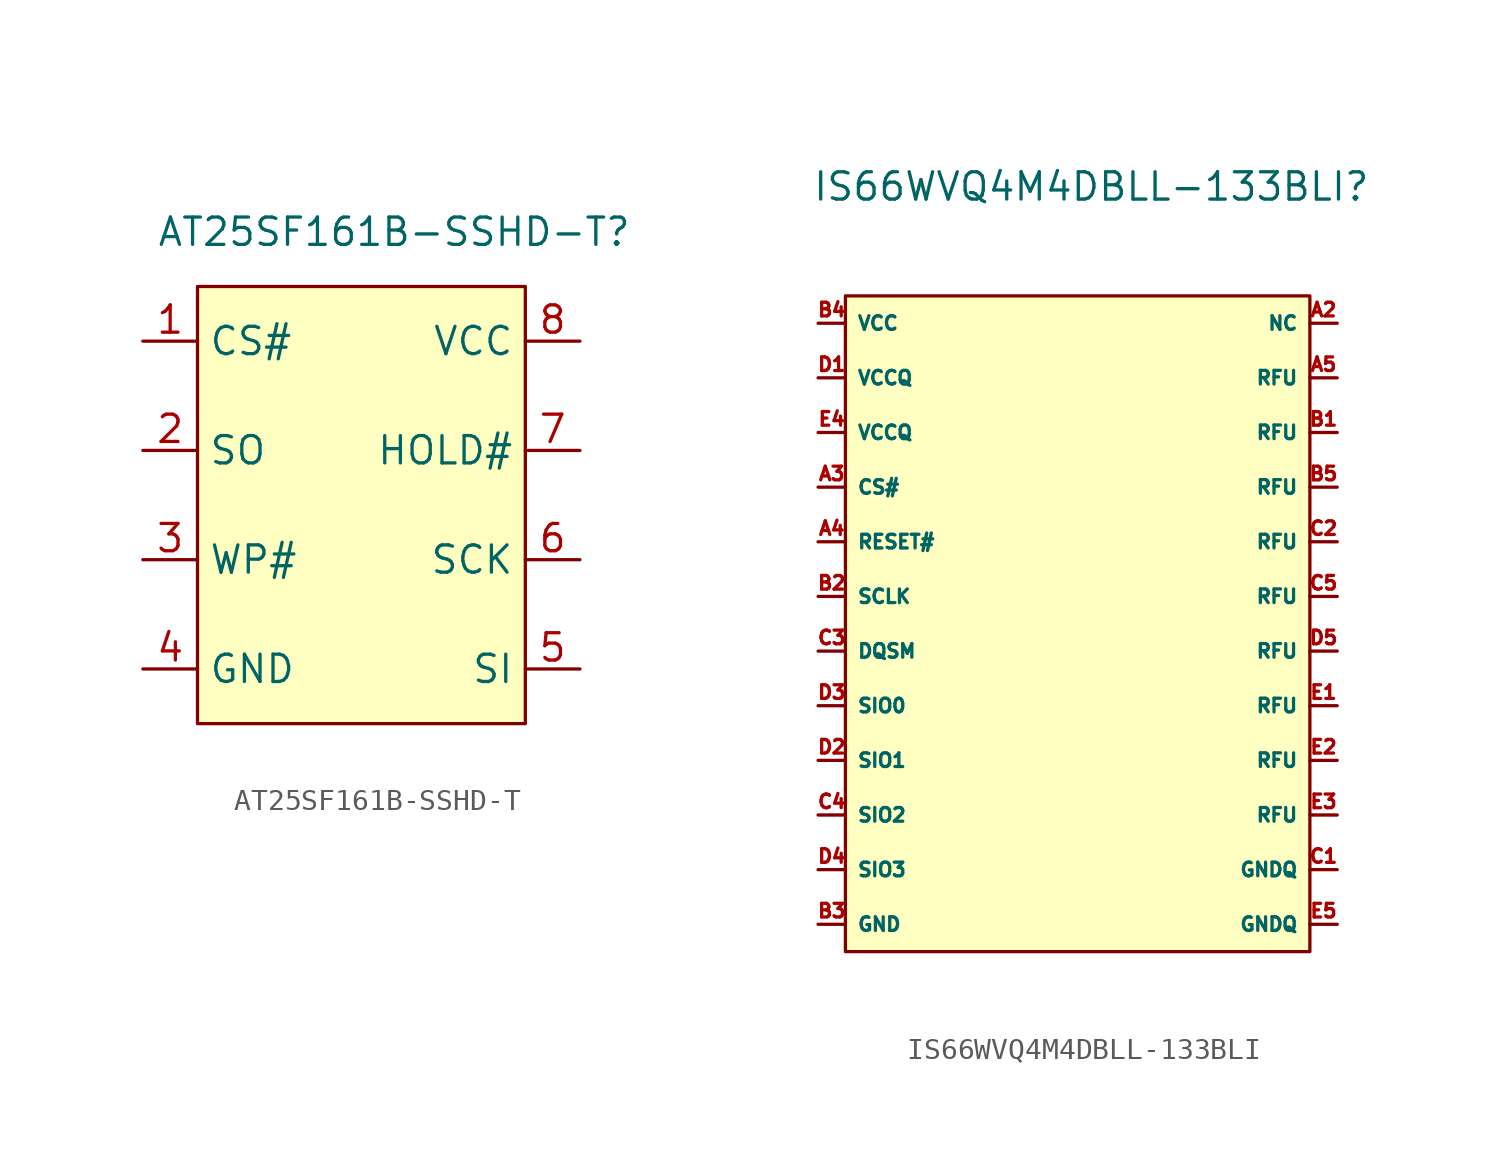
<source format=kicad_sym>
(kicad_symbol_lib
  (version 20241209)
  (generator "kicad_symbol_editor")
  (generator_version "9.0")
  (symbol "AT25SF161B-SSHD-T"
    (property "Reference" "AT25SF161B-SSHD-T"
      (at 0.254 -3.81 0)
      (effects (font (size 1.27 1.27))))
    (property "Value" ""
      (at 0 0 0)
      (effects (font (size 1.27 1.27))))
    (symbol "AT25SF161B-SSHD-T_1_1"
      (rectangle (start -8.89 -6.35) (end 6.35 -26.67) (stroke (width 0) (type solid)) (fill (type background)))
      (pin input line (at -11.43 -8.89 0) (length 2.54) (name "CS#" (effects (font (size 1.27 1.27)))) (number "1" (effects (font (size 1.27 1.27)))))
      (pin bidirectional line (at -11.43 -13.97 0) (length 2.54) (name "SO" (effects (font (size 1.27 1.27)))) (number "2" (effects (font (size 1.27 1.27)))))
      (pin bidirectional line (at -11.43 -19.05 0) (length 2.54) (name "WP#" (effects (font (size 1.27 1.27)))) (number "3" (effects (font (size 1.27 1.27)))))
      (pin power_in line (at -11.43 -24.13 0) (length 2.54) (name "GND" (effects (font (size 1.27 1.27)))) (number "4" (effects (font (size 1.27 1.27)))))
      (pin power_in line (at 8.89 -8.89 180) (length 2.54) (name "VCC" (effects (font (size 1.27 1.27)))) (number "8" (effects (font (size 1.27 1.27)))))
      (pin bidirectional line (at 8.89 -13.97 180) (length 2.54) (name "HOLD#" (effects (font (size 1.27 1.27)))) (number "7" (effects (font (size 1.27 1.27)))))
      (pin input line (at 8.89 -19.05 180) (length 2.54) (name "SCK" (effects (font (size 1.27 1.27)))) (number "6" (effects (font (size 1.27 1.27)))))
      (pin bidirectional line (at 8.89 -24.13 180) (length 2.54) (name "SI" (effects (font (size 1.27 1.27)))) (number "5" (effects (font (size 1.27 1.27)))))))
  (symbol "IS66WVQ4M4DBLL-133BLI"
    (property "Reference" "IS66WVQ4M4DBLL-133BLI"
      (at 0 0 0)
      (effects (font (size 1.27 1.27))))
    (property "Value" ""
      (at 0 0 0)
      (effects (font (size 1.27 1.27))))
    (symbol "IS66WVQ4M4DBLL-133BLI_1_1"
      (rectangle (start -11.43 -5.08) (end 10.16 -35.56) (stroke (width 0) (type solid)) (fill (type background)))
      (pin power_in line (at -12.7 -6.35 0) (length 1.27) (name "VCC" (effects (font (size 0.635 0.635)))) (number "B4" (effects (font (size 0.635 0.635)))))
      (pin power_in line (at -12.7 -8.89 0) (length 1.27) (name "VCCQ" (effects (font (size 0.635 0.635)))) (number "D1" (effects (font (size 0.635 0.635)))))
      (pin power_in line (at -12.7 -11.43 0) (length 1.27) (name "VCCQ" (effects (font (size 0.635 0.635)))) (number "E4" (effects (font (size 0.635 0.635)))))
      (pin input line (at -12.7 -13.97 0) (length 1.27) (name "CS#" (effects (font (size 0.635 0.635)))) (number "A3" (effects (font (size 0.635 0.635)))))
      (pin input line (at -12.7 -16.51 0) (length 1.27) (name "RESET#" (effects (font (size 0.635 0.635)))) (number "A4" (effects (font (size 0.635 0.635)))))
      (pin input line (at -12.7 -19.05 0) (length 1.27) (name "SCLK" (effects (font (size 0.635 0.635)))) (number "B2" (effects (font (size 0.635 0.635)))))
      (pin input line (at -12.7 -21.59 0) (length 1.27) (name "DQSM" (effects (font (size 0.635 0.635)))) (number "C3" (effects (font (size 0.635 0.635)))))
      (pin bidirectional line (at -12.7 -24.13 0) (length 1.27) (name "SIO0" (effects (font (size 0.635 0.635)))) (number "D3" (effects (font (size 0.635 0.635)))))
      (pin bidirectional line (at -12.7 -26.67 0) (length 1.27) (name "SIO1" (effects (font (size 0.635 0.635)))) (number "D2" (effects (font (size 0.635 0.635)))))
      (pin bidirectional line (at -12.7 -29.21 0) (length 1.27) (name "SIO2" (effects (font (size 0.635 0.635)))) (number "C4" (effects (font (size 0.635 0.635)))))
      (pin bidirectional line (at -12.7 -31.75 0) (length 1.27) (name "SIO3" (effects (font (size 0.635 0.635)))) (number "D4" (effects (font (size 0.635 0.635)))))
      (pin power_in line (at -12.7 -34.29 0) (length 1.27) (name "GND" (effects (font (size 0.635 0.635)))) (number "B3" (effects (font (size 0.635 0.635)))))
      (pin free line (at 11.43 -6.35 180) (length 1.27) (name "NC" (effects (font (size 0.635 0.635)))) (number "A2" (effects (font (size 0.635 0.635)))))
      (pin free line (at 11.43 -8.89 180) (length 1.27) (name "RFU" (effects (font (size 0.635 0.635)))) (number "A5" (effects (font (size 0.635 0.635)))))
      (pin free line (at 11.43 -11.43 180) (length 1.27) (name "RFU" (effects (font (size 0.635 0.635)))) (number "B1" (effects (font (size 0.635 0.635)))))
      (pin free line (at 11.43 -13.97 180) (length 1.27) (name "RFU" (effects (font (size 0.635 0.635)))) (number "B5" (effects (font (size 0.635 0.635)))))
      (pin free line (at 11.43 -16.51 180) (length 1.27) (name "RFU" (effects (font (size 0.635 0.635)))) (number "C2" (effects (font (size 0.635 0.635)))))
      (pin free line (at 11.43 -19.05 180) (length 1.27) (name "RFU" (effects (font (size 0.635 0.635)))) (number "C5" (effects (font (size 0.635 0.635)))))
      (pin free line (at 11.43 -21.59 180) (length 1.27) (name "RFU" (effects (font (size 0.635 0.635)))) (number "D5" (effects (font (size 0.635 0.635)))))
      (pin free line (at 11.43 -24.13 180) (length 1.27) (name "RFU" (effects (font (size 0.635 0.635)))) (number "E1" (effects (font (size 0.635 0.635)))))
      (pin free line (at 11.43 -26.67 180) (length 1.27) (name "RFU" (effects (font (size 0.635 0.635)))) (number "E2" (effects (font (size 0.635 0.635)))))
      (pin free line (at 11.43 -29.21 180) (length 1.27) (name "RFU" (effects (font (size 0.635 0.635)))) (number "E3" (effects (font (size 0.635 0.635)))))
      (pin power_in line (at 11.43 -31.75 180) (length 1.27) (name "GNDQ" (effects (font (size 0.635 0.635)))) (number "C1" (effects (font (size 0.635 0.635)))))
      (pin power_in line (at 11.43 -34.29 180) (length 1.27) (name "GNDQ" (effects (font (size 0.635 0.635)))) (number "E5" (effects (font (size 0.635 0.635))))))))
</source>
